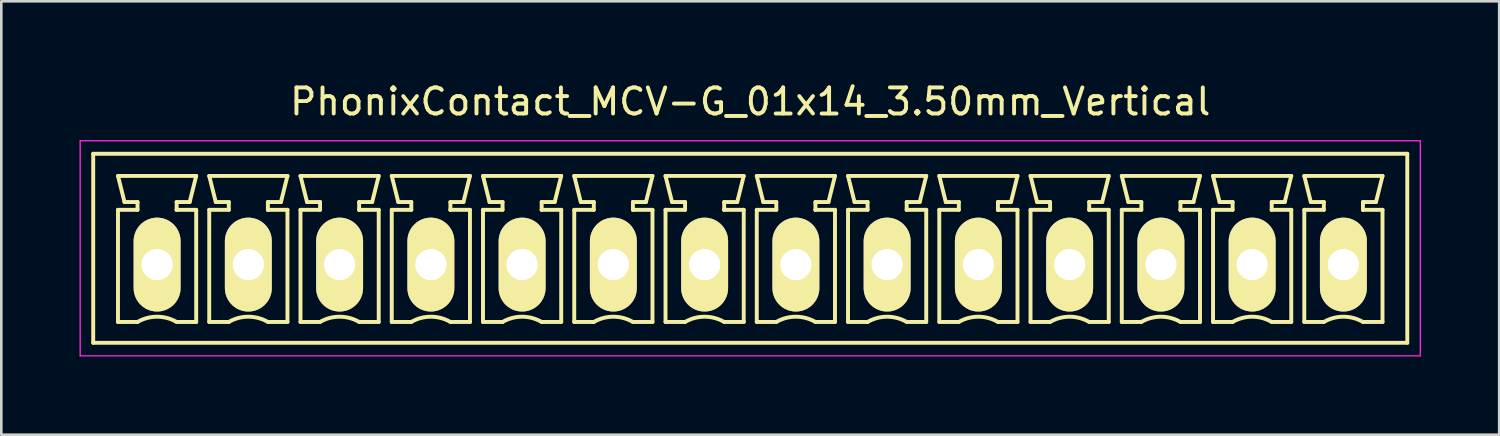
<source format=kicad_pcb>
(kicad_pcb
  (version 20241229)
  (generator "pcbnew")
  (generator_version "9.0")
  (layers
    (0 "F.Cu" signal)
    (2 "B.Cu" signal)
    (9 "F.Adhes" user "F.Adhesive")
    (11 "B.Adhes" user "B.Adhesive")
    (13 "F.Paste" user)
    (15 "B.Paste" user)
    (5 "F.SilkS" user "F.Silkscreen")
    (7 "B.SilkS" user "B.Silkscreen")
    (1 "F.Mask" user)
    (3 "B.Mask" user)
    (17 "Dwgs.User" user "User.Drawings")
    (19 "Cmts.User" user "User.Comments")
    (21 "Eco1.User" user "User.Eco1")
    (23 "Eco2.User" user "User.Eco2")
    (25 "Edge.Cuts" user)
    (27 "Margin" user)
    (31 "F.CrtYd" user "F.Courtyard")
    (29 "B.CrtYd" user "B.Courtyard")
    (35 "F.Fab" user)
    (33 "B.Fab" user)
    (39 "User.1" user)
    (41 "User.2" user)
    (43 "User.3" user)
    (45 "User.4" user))
  (footprint "PhonixContact_MCV-G_01x14_3.50mm_Vertical"
    (layer "F.Cu")
    (at 2.975 7.098)
    (property "Reference" "PhonixContact_MCV-G_01x14_3.50mm_Vertical" (at 22.75 -6.25 0) (layer "F.SilkS") (effects (font (size 1 1) (thickness 0.15))))
    (attr through_hole)
    (fp_line (start -2.45 -4.25) (end -2.45 3) (stroke (width 0.15) (type solid)) (layer "F.SilkS"))
    (fp_line (start -2.45 3) (end 47.95 3) (stroke (width 0.15) (type solid)) (layer "F.SilkS"))
    (fp_line (start -1.5 -3.4) (end 1.5 -3.4) (stroke (width 0.15) (type solid)) (layer "F.SilkS"))
    (fp_line (start -1.5 -2.1) (end -0.75 -2.1) (stroke (width 0.15) (type solid)) (layer "F.SilkS"))
    (fp_line (start -1.5 2.2) (end -1.5 -2.1) (stroke (width 0.15) (type solid)) (layer "F.SilkS"))
    (fp_line (start -1.25 -2.4) (end -1.5 -3.4) (stroke (width 0.15) (type solid)) (layer "F.SilkS"))
    (fp_line (start -0.75 -2.4) (end -1.25 -2.4) (stroke (width 0.15) (type solid)) (layer "F.SilkS"))
    (fp_line (start -0.75 -2.1) (end -0.75 -2.4) (stroke (width 0.15) (type solid)) (layer "F.SilkS"))
    (fp_line (start -0.75 2.2) (end -1.5 2.2) (stroke (width 0.15) (type solid)) (layer "F.SilkS"))
    (fp_line (start 0.75 -2.4) (end 0.75 -2.1) (stroke (width 0.15) (type solid)) (layer "F.SilkS"))
    (fp_line (start 0.75 -2.1) (end 0.75 -2.1) (stroke (width 0.15) (type solid)) (layer "F.SilkS"))
    (fp_line (start 0.75 -2.1) (end 1.5 -2.1) (stroke (width 0.15) (type solid)) (layer "F.SilkS"))
    (fp_line (start 1.25 -2.4) (end 0.75 -2.4) (stroke (width 0.15) (type solid)) (layer "F.SilkS"))
    (fp_line (start 1.5 -3.4) (end 1.25 -2.4) (stroke (width 0.15) (type solid)) (layer "F.SilkS"))
    (fp_line (start 1.5 -2.1) (end 1.5 2.2) (stroke (width 0.15) (type solid)) (layer "F.SilkS"))
    (fp_line (start 1.5 2.2) (end 0.75 2.2) (stroke (width 0.15) (type solid)) (layer "F.SilkS"))
    (fp_line (start 2 -3.4) (end 5 -3.4) (stroke (width 0.15) (type solid)) (layer "F.SilkS"))
    (fp_line (start 2 -2.1) (end 2.75 -2.1) (stroke (width 0.15) (type solid)) (layer "F.SilkS"))
    (fp_line (start 2 2.2) (end 2 -2.1) (stroke (width 0.15) (type solid)) (layer "F.SilkS"))
    (fp_line (start 2.25 -2.4) (end 2 -3.4) (stroke (width 0.15) (type solid)) (layer "F.SilkS"))
    (fp_line (start 2.75 -2.4) (end 2.25 -2.4) (stroke (width 0.15) (type solid)) (layer "F.SilkS"))
    (fp_line (start 2.75 -2.1) (end 2.75 -2.4) (stroke (width 0.15) (type solid)) (layer "F.SilkS"))
    (fp_line (start 2.75 2.2) (end 2 2.2) (stroke (width 0.15) (type solid)) (layer "F.SilkS"))
    (fp_line (start 4.25 -2.4) (end 4.25 -2.1) (stroke (width 0.15) (type solid)) (layer "F.SilkS"))
    (fp_line (start 4.25 -2.1) (end 4.25 -2.1) (stroke (width 0.15) (type solid)) (layer "F.SilkS"))
    (fp_line (start 4.25 -2.1) (end 5 -2.1) (stroke (width 0.15) (type solid)) (layer "F.SilkS"))
    (fp_line (start 4.75 -2.4) (end 4.25 -2.4) (stroke (width 0.15) (type solid)) (layer "F.SilkS"))
    (fp_line (start 5 -3.4) (end 4.75 -2.4) (stroke (width 0.15) (type solid)) (layer "F.SilkS"))
    (fp_line (start 5 -2.1) (end 5 2.2) (stroke (width 0.15) (type solid)) (layer "F.SilkS"))
    (fp_line (start 5 2.2) (end 4.25 2.2) (stroke (width 0.15) (type solid)) (layer "F.SilkS"))
    (fp_line (start 5.5 -3.4) (end 8.5 -3.4) (stroke (width 0.15) (type solid)) (layer "F.SilkS"))
    (fp_line (start 5.5 -2.1) (end 6.25 -2.1) (stroke (width 0.15) (type solid)) (layer "F.SilkS"))
    (fp_line (start 5.5 2.2) (end 5.5 -2.1) (stroke (width 0.15) (type solid)) (layer "F.SilkS"))
    (fp_line (start 5.75 -2.4) (end 5.5 -3.4) (stroke (width 0.15) (type solid)) (layer "F.SilkS"))
    (fp_line (start 6.25 -2.4) (end 5.75 -2.4) (stroke (width 0.15) (type solid)) (layer "F.SilkS"))
    (fp_line (start 6.25 -2.1) (end 6.25 -2.4) (stroke (width 0.15) (type solid)) (layer "F.SilkS"))
    (fp_line (start 6.25 2.2) (end 5.5 2.2) (stroke (width 0.15) (type solid)) (layer "F.SilkS"))
    (fp_line (start 7.75 -2.4) (end 7.75 -2.1) (stroke (width 0.15) (type solid)) (layer "F.SilkS"))
    (fp_line (start 7.75 -2.1) (end 7.75 -2.1) (stroke (width 0.15) (type solid)) (layer "F.SilkS"))
    (fp_line (start 7.75 -2.1) (end 8.5 -2.1) (stroke (width 0.15) (type solid)) (layer "F.SilkS"))
    (fp_line (start 8.25 -2.4) (end 7.75 -2.4) (stroke (width 0.15) (type solid)) (layer "F.SilkS"))
    (fp_line (start 8.5 -3.4) (end 8.25 -2.4) (stroke (width 0.15) (type solid)) (layer "F.SilkS"))
    (fp_line (start 8.5 -2.1) (end 8.5 2.2) (stroke (width 0.15) (type solid)) (layer "F.SilkS"))
    (fp_line (start 8.5 2.2) (end 7.75 2.2) (stroke (width 0.15) (type solid)) (layer "F.SilkS"))
    (fp_line (start 9 -3.4) (end 12 -3.4) (stroke (width 0.15) (type solid)) (layer "F.SilkS"))
    (fp_line (start 9 -2.1) (end 9.75 -2.1) (stroke (width 0.15) (type solid)) (layer "F.SilkS"))
    (fp_line (start 9 2.2) (end 9 -2.1) (stroke (width 0.15) (type solid)) (layer "F.SilkS"))
    (fp_line (start 9.25 -2.4) (end 9 -3.4) (stroke (width 0.15) (type solid)) (layer "F.SilkS"))
    (fp_line (start 9.75 -2.4) (end 9.25 -2.4) (stroke (width 0.15) (type solid)) (layer "F.SilkS"))
    (fp_line (start 9.75 -2.1) (end 9.75 -2.4) (stroke (width 0.15) (type solid)) (layer "F.SilkS"))
    (fp_line (start 9.75 2.2) (end 9 2.2) (stroke (width 0.15) (type solid)) (layer "F.SilkS"))
    (fp_line (start 11.25 -2.4) (end 11.25 -2.1) (stroke (width 0.15) (type solid)) (layer "F.SilkS"))
    (fp_line (start 11.25 -2.1) (end 11.25 -2.1) (stroke (width 0.15) (type solid)) (layer "F.SilkS"))
    (fp_line (start 11.25 -2.1) (end 12 -2.1) (stroke (width 0.15) (type solid)) (layer "F.SilkS"))
    (fp_line (start 11.75 -2.4) (end 11.25 -2.4) (stroke (width 0.15) (type solid)) (layer "F.SilkS"))
    (fp_line (start 12 -3.4) (end 11.75 -2.4) (stroke (width 0.15) (type solid)) (layer "F.SilkS"))
    (fp_line (start 12 -2.1) (end 12 2.2) (stroke (width 0.15) (type solid)) (layer "F.SilkS"))
    (fp_line (start 12 2.2) (end 11.25 2.2) (stroke (width 0.15) (type solid)) (layer "F.SilkS"))
    (fp_line (start 12.5 -3.4) (end 15.5 -3.4) (stroke (width 0.15) (type solid)) (layer "F.SilkS"))
    (fp_line (start 12.5 -2.1) (end 13.25 -2.1) (stroke (width 0.15) (type solid)) (layer "F.SilkS"))
    (fp_line (start 12.5 2.2) (end 12.5 -2.1) (stroke (width 0.15) (type solid)) (layer "F.SilkS"))
    (fp_line (start 12.75 -2.4) (end 12.5 -3.4) (stroke (width 0.15) (type solid)) (layer "F.SilkS"))
    (fp_line (start 13.25 -2.4) (end 12.75 -2.4) (stroke (width 0.15) (type solid)) (layer "F.SilkS"))
    (fp_line (start 13.25 -2.1) (end 13.25 -2.4) (stroke (width 0.15) (type solid)) (layer "F.SilkS"))
    (fp_line (start 13.25 2.2) (end 12.5 2.2) (stroke (width 0.15) (type solid)) (layer "F.SilkS"))
    (fp_line (start 14.75 -2.4) (end 14.75 -2.1) (stroke (width 0.15) (type solid)) (layer "F.SilkS"))
    (fp_line (start 14.75 -2.1) (end 14.75 -2.1) (stroke (width 0.15) (type solid)) (layer "F.SilkS"))
    (fp_line (start 14.75 -2.1) (end 15.5 -2.1) (stroke (width 0.15) (type solid)) (layer "F.SilkS"))
    (fp_line (start 15.25 -2.4) (end 14.75 -2.4) (stroke (width 0.15) (type solid)) (layer "F.SilkS"))
    (fp_line (start 15.5 -3.4) (end 15.25 -2.4) (stroke (width 0.15) (type solid)) (layer "F.SilkS"))
    (fp_line (start 15.5 -2.1) (end 15.5 2.2) (stroke (width 0.15) (type solid)) (layer "F.SilkS"))
    (fp_line (start 15.5 2.2) (end 14.75 2.2) (stroke (width 0.15) (type solid)) (layer "F.SilkS"))
    (fp_line (start 16 -3.4) (end 19 -3.4) (stroke (width 0.15) (type solid)) (layer "F.SilkS"))
    (fp_line (start 16 -2.1) (end 16.75 -2.1) (stroke (width 0.15) (type solid)) (layer "F.SilkS"))
    (fp_line (start 16 2.2) (end 16 -2.1) (stroke (width 0.15) (type solid)) (layer "F.SilkS"))
    (fp_line (start 16.25 -2.4) (end 16 -3.4) (stroke (width 0.15) (type solid)) (layer "F.SilkS"))
    (fp_line (start 16.75 -2.4) (end 16.25 -2.4) (stroke (width 0.15) (type solid)) (layer "F.SilkS"))
    (fp_line (start 16.75 -2.1) (end 16.75 -2.4) (stroke (width 0.15) (type solid)) (layer "F.SilkS"))
    (fp_line (start 16.75 2.2) (end 16 2.2) (stroke (width 0.15) (type solid)) (layer "F.SilkS"))
    (fp_line (start 18.25 -2.4) (end 18.25 -2.1) (stroke (width 0.15) (type solid)) (layer "F.SilkS"))
    (fp_line (start 18.25 -2.1) (end 18.25 -2.1) (stroke (width 0.15) (type solid)) (layer "F.SilkS"))
    (fp_line (start 18.25 -2.1) (end 19 -2.1) (stroke (width 0.15) (type solid)) (layer "F.SilkS"))
    (fp_line (start 18.75 -2.4) (end 18.25 -2.4) (stroke (width 0.15) (type solid)) (layer "F.SilkS"))
    (fp_line (start 19 -3.4) (end 18.75 -2.4) (stroke (width 0.15) (type solid)) (layer "F.SilkS"))
    (fp_line (start 19 -2.1) (end 19 2.2) (stroke (width 0.15) (type solid)) (layer "F.SilkS"))
    (fp_line (start 19 2.2) (end 18.25 2.2) (stroke (width 0.15) (type solid)) (layer "F.SilkS"))
    (fp_line (start 19.5 -3.4) (end 22.5 -3.4) (stroke (width 0.15) (type solid)) (layer "F.SilkS"))
    (fp_line (start 19.5 -2.1) (end 20.25 -2.1) (stroke (width 0.15) (type solid)) (layer "F.SilkS"))
    (fp_line (start 19.5 2.2) (end 19.5 -2.1) (stroke (width 0.15) (type solid)) (layer "F.SilkS"))
    (fp_line (start 19.75 -2.4) (end 19.5 -3.4) (stroke (width 0.15) (type solid)) (layer "F.SilkS"))
    (fp_line (start 20.25 -2.4) (end 19.75 -2.4) (stroke (width 0.15) (type solid)) (layer "F.SilkS"))
    (fp_line (start 20.25 -2.1) (end 20.25 -2.4) (stroke (width 0.15) (type solid)) (layer "F.SilkS"))
    (fp_line (start 20.25 2.2) (end 19.5 2.2) (stroke (width 0.15) (type solid)) (layer "F.SilkS"))
    (fp_line (start 21.75 -2.4) (end 21.75 -2.1) (stroke (width 0.15) (type solid)) (layer "F.SilkS"))
    (fp_line (start 21.75 -2.1) (end 21.75 -2.1) (stroke (width 0.15) (type solid)) (layer "F.SilkS"))
    (fp_line (start 21.75 -2.1) (end 22.5 -2.1) (stroke (width 0.15) (type solid)) (layer "F.SilkS"))
    (fp_line (start 22.25 -2.4) (end 21.75 -2.4) (stroke (width 0.15) (type solid)) (layer "F.SilkS"))
    (fp_line (start 22.5 -3.4) (end 22.25 -2.4) (stroke (width 0.15) (type solid)) (layer "F.SilkS"))
    (fp_line (start 22.5 -2.1) (end 22.5 2.2) (stroke (width 0.15) (type solid)) (layer "F.SilkS"))
    (fp_line (start 22.5 2.2) (end 21.75 2.2) (stroke (width 0.15) (type solid)) (layer "F.SilkS"))
    (fp_line (start 23 -3.4) (end 26 -3.4) (stroke (width 0.15) (type solid)) (layer "F.SilkS"))
    (fp_line (start 23 -2.1) (end 23.75 -2.1) (stroke (width 0.15) (type solid)) (layer "F.SilkS"))
    (fp_line (start 23 2.2) (end 23 -2.1) (stroke (width 0.15) (type solid)) (layer "F.SilkS"))
    (fp_line (start 23.25 -2.4) (end 23 -3.4) (stroke (width 0.15) (type solid)) (layer "F.SilkS"))
    (fp_line (start 23.75 -2.4) (end 23.25 -2.4) (stroke (width 0.15) (type solid)) (layer "F.SilkS"))
    (fp_line (start 23.75 -2.1) (end 23.75 -2.4) (stroke (width 0.15) (type solid)) (layer "F.SilkS"))
    (fp_line (start 23.75 2.2) (end 23 2.2) (stroke (width 0.15) (type solid)) (layer "F.SilkS"))
    (fp_line (start 25.25 -2.4) (end 25.25 -2.1) (stroke (width 0.15) (type solid)) (layer "F.SilkS"))
    (fp_line (start 25.25 -2.1) (end 25.25 -2.1) (stroke (width 0.15) (type solid)) (layer "F.SilkS"))
    (fp_line (start 25.25 -2.1) (end 26 -2.1) (stroke (width 0.15) (type solid)) (layer "F.SilkS"))
    (fp_line (start 25.75 -2.4) (end 25.25 -2.4) (stroke (width 0.15) (type solid)) (layer "F.SilkS"))
    (fp_line (start 26 -3.4) (end 25.75 -2.4) (stroke (width 0.15) (type solid)) (layer "F.SilkS"))
    (fp_line (start 26 -2.1) (end 26 2.2) (stroke (width 0.15) (type solid)) (layer "F.SilkS"))
    (fp_line (start 26 2.2) (end 25.25 2.2) (stroke (width 0.15) (type solid)) (layer "F.SilkS"))
    (fp_line (start 26.5 -3.4) (end 29.5 -3.4) (stroke (width 0.15) (type solid)) (layer "F.SilkS"))
    (fp_line (start 26.5 -2.1) (end 27.25 -2.1) (stroke (width 0.15) (type solid)) (layer "F.SilkS"))
    (fp_line (start 26.5 2.2) (end 26.5 -2.1) (stroke (width 0.15) (type solid)) (layer "F.SilkS"))
    (fp_line (start 26.75 -2.4) (end 26.5 -3.4) (stroke (width 0.15) (type solid)) (layer "F.SilkS"))
    (fp_line (start 27.25 -2.4) (end 26.75 -2.4) (stroke (width 0.15) (type solid)) (layer "F.SilkS"))
    (fp_line (start 27.25 -2.1) (end 27.25 -2.4) (stroke (width 0.15) (type solid)) (layer "F.SilkS"))
    (fp_line (start 27.25 2.2) (end 26.5 2.2) (stroke (width 0.15) (type solid)) (layer "F.SilkS"))
    (fp_line (start 28.75 -2.4) (end 28.75 -2.1) (stroke (width 0.15) (type solid)) (layer "F.SilkS"))
    (fp_line (start 28.75 -2.1) (end 28.75 -2.1) (stroke (width 0.15) (type solid)) (layer "F.SilkS"))
    (fp_line (start 28.75 -2.1) (end 29.5 -2.1) (stroke (width 0.15) (type solid)) (layer "F.SilkS"))
    (fp_line (start 29.25 -2.4) (end 28.75 -2.4) (stroke (width 0.15) (type solid)) (layer "F.SilkS"))
    (fp_line (start 29.5 -3.4) (end 29.25 -2.4) (stroke (width 0.15) (type solid)) (layer "F.SilkS"))
    (fp_line (start 29.5 -2.1) (end 29.5 2.2) (stroke (width 0.15) (type solid)) (layer "F.SilkS"))
    (fp_line (start 29.5 2.2) (end 28.75 2.2) (stroke (width 0.15) (type solid)) (layer "F.SilkS"))
    (fp_line (start 30 -3.4) (end 33 -3.4) (stroke (width 0.15) (type solid)) (layer "F.SilkS"))
    (fp_line (start 30 -2.1) (end 30.75 -2.1) (stroke (width 0.15) (type solid)) (layer "F.SilkS"))
    (fp_line (start 30 2.2) (end 30 -2.1) (stroke (width 0.15) (type solid)) (layer "F.SilkS"))
    (fp_line (start 30.25 -2.4) (end 30 -3.4) (stroke (width 0.15) (type solid)) (layer "F.SilkS"))
    (fp_line (start 30.75 -2.4) (end 30.25 -2.4) (stroke (width 0.15) (type solid)) (layer "F.SilkS"))
    (fp_line (start 30.75 -2.1) (end 30.75 -2.4) (stroke (width 0.15) (type solid)) (layer "F.SilkS"))
    (fp_line (start 30.75 2.2) (end 30 2.2) (stroke (width 0.15) (type solid)) (layer "F.SilkS"))
    (fp_line (start 32.25 -2.4) (end 32.25 -2.1) (stroke (width 0.15) (type solid)) (layer "F.SilkS"))
    (fp_line (start 32.25 -2.1) (end 32.25 -2.1) (stroke (width 0.15) (type solid)) (layer "F.SilkS"))
    (fp_line (start 32.25 -2.1) (end 33 -2.1) (stroke (width 0.15) (type solid)) (layer "F.SilkS"))
    (fp_line (start 32.75 -2.4) (end 32.25 -2.4) (stroke (width 0.15) (type solid)) (layer "F.SilkS"))
    (fp_line (start 33 -3.4) (end 32.75 -2.4) (stroke (width 0.15) (type solid)) (layer "F.SilkS"))
    (fp_line (start 33 -2.1) (end 33 2.2) (stroke (width 0.15) (type solid)) (layer "F.SilkS"))
    (fp_line (start 33 2.2) (end 32.25 2.2) (stroke (width 0.15) (type solid)) (layer "F.SilkS"))
    (fp_line (start 33.5 -3.4) (end 36.5 -3.4) (stroke (width 0.15) (type solid)) (layer "F.SilkS"))
    (fp_line (start 33.5 -2.1) (end 34.25 -2.1) (stroke (width 0.15) (type solid)) (layer "F.SilkS"))
    (fp_line (start 33.5 2.2) (end 33.5 -2.1) (stroke (width 0.15) (type solid)) (layer "F.SilkS"))
    (fp_line (start 33.75 -2.4) (end 33.5 -3.4) (stroke (width 0.15) (type solid)) (layer "F.SilkS"))
    (fp_line (start 34.25 -2.4) (end 33.75 -2.4) (stroke (width 0.15) (type solid)) (layer "F.SilkS"))
    (fp_line (start 34.25 -2.1) (end 34.25 -2.4) (stroke (width 0.15) (type solid)) (layer "F.SilkS"))
    (fp_line (start 34.25 2.2) (end 33.5 2.2) (stroke (width 0.15) (type solid)) (layer "F.SilkS"))
    (fp_line (start 35.75 -2.4) (end 35.75 -2.1) (stroke (width 0.15) (type solid)) (layer "F.SilkS"))
    (fp_line (start 35.75 -2.1) (end 35.75 -2.1) (stroke (width 0.15) (type solid)) (layer "F.SilkS"))
    (fp_line (start 35.75 -2.1) (end 36.5 -2.1) (stroke (width 0.15) (type solid)) (layer "F.SilkS"))
    (fp_line (start 36.25 -2.4) (end 35.75 -2.4) (stroke (width 0.15) (type solid)) (layer "F.SilkS"))
    (fp_line (start 36.5 -3.4) (end 36.25 -2.4) (stroke (width 0.15) (type solid)) (layer "F.SilkS"))
    (fp_line (start 36.5 -2.1) (end 36.5 2.2) (stroke (width 0.15) (type solid)) (layer "F.SilkS"))
    (fp_line (start 36.5 2.2) (end 35.75 2.2) (stroke (width 0.15) (type solid)) (layer "F.SilkS"))
    (fp_line (start 37 -3.4) (end 40 -3.4) (stroke (width 0.15) (type solid)) (layer "F.SilkS"))
    (fp_line (start 37 -2.1) (end 37.75 -2.1) (stroke (width 0.15) (type solid)) (layer "F.SilkS"))
    (fp_line (start 37 2.2) (end 37 -2.1) (stroke (width 0.15) (type solid)) (layer "F.SilkS"))
    (fp_line (start 37.25 -2.4) (end 37 -3.4) (stroke (width 0.15) (type solid)) (layer "F.SilkS"))
    (fp_line (start 37.75 -2.4) (end 37.25 -2.4) (stroke (width 0.15) (type solid)) (layer "F.SilkS"))
    (fp_line (start 37.75 -2.1) (end 37.75 -2.4) (stroke (width 0.15) (type solid)) (layer "F.SilkS"))
    (fp_line (start 37.75 2.2) (end 37 2.2) (stroke (width 0.15) (type solid)) (layer "F.SilkS"))
    (fp_line (start 39.25 -2.4) (end 39.25 -2.1) (stroke (width 0.15) (type solid)) (layer "F.SilkS"))
    (fp_line (start 39.25 -2.1) (end 39.25 -2.1) (stroke (width 0.15) (type solid)) (layer "F.SilkS"))
    (fp_line (start 39.25 -2.1) (end 40 -2.1) (stroke (width 0.15) (type solid)) (layer "F.SilkS"))
    (fp_line (start 39.75 -2.4) (end 39.25 -2.4) (stroke (width 0.15) (type solid)) (layer "F.SilkS"))
    (fp_line (start 40 -3.4) (end 39.75 -2.4) (stroke (width 0.15) (type solid)) (layer "F.SilkS"))
    (fp_line (start 40 -2.1) (end 40 2.2) (stroke (width 0.15) (type solid)) (layer "F.SilkS"))
    (fp_line (start 40 2.2) (end 39.25 2.2) (stroke (width 0.15) (type solid)) (layer "F.SilkS"))
    (fp_line (start 40.5 -3.4) (end 43.5 -3.4) (stroke (width 0.15) (type solid)) (layer "F.SilkS"))
    (fp_line (start 40.5 -2.1) (end 41.25 -2.1) (stroke (width 0.15) (type solid)) (layer "F.SilkS"))
    (fp_line (start 40.5 2.2) (end 40.5 -2.1) (stroke (width 0.15) (type solid)) (layer "F.SilkS"))
    (fp_line (start 40.75 -2.4) (end 40.5 -3.4) (stroke (width 0.15) (type solid)) (layer "F.SilkS"))
    (fp_line (start 41.25 -2.4) (end 40.75 -2.4) (stroke (width 0.15) (type solid)) (layer "F.SilkS"))
    (fp_line (start 41.25 -2.1) (end 41.25 -2.4) (stroke (width 0.15) (type solid)) (layer "F.SilkS"))
    (fp_line (start 41.25 2.2) (end 40.5 2.2) (stroke (width 0.15) (type solid)) (layer "F.SilkS"))
    (fp_line (start 42.75 -2.4) (end 42.75 -2.1) (stroke (width 0.15) (type solid)) (layer "F.SilkS"))
    (fp_line (start 42.75 -2.1) (end 42.75 -2.1) (stroke (width 0.15) (type solid)) (layer "F.SilkS"))
    (fp_line (start 42.75 -2.1) (end 43.5 -2.1) (stroke (width 0.15) (type solid)) (layer "F.SilkS"))
    (fp_line (start 43.25 -2.4) (end 42.75 -2.4) (stroke (width 0.15) (type solid)) (layer "F.SilkS"))
    (fp_line (start 43.5 -3.4) (end 43.25 -2.4) (stroke (width 0.15) (type solid)) (layer "F.SilkS"))
    (fp_line (start 43.5 -2.1) (end 43.5 2.2) (stroke (width 0.15) (type solid)) (layer "F.SilkS"))
    (fp_line (start 43.5 2.2) (end 42.75 2.2) (stroke (width 0.15) (type solid)) (layer "F.SilkS"))
    (fp_line (start 44 -3.4) (end 47 -3.4) (stroke (width 0.15) (type solid)) (layer "F.SilkS"))
    (fp_line (start 44 -2.1) (end 44.75 -2.1) (stroke (width 0.15) (type solid)) (layer "F.SilkS"))
    (fp_line (start 44 2.2) (end 44 -2.1) (stroke (width 0.15) (type solid)) (layer "F.SilkS"))
    (fp_line (start 44.25 -2.4) (end 44 -3.4) (stroke (width 0.15) (type solid)) (layer "F.SilkS"))
    (fp_line (start 44.75 -2.4) (end 44.25 -2.4) (stroke (width 0.15) (type solid)) (layer "F.SilkS"))
    (fp_line (start 44.75 -2.1) (end 44.75 -2.4) (stroke (width 0.15) (type solid)) (layer "F.SilkS"))
    (fp_line (start 44.75 2.2) (end 44 2.2) (stroke (width 0.15) (type solid)) (layer "F.SilkS"))
    (fp_line (start 46.25 -2.4) (end 46.25 -2.1) (stroke (width 0.15) (type solid)) (layer "F.SilkS"))
    (fp_line (start 46.25 -2.1) (end 46.25 -2.1) (stroke (width 0.15) (type solid)) (layer "F.SilkS"))
    (fp_line (start 46.25 -2.1) (end 47 -2.1) (stroke (width 0.15) (type solid)) (layer "F.SilkS"))
    (fp_line (start 46.75 -2.4) (end 46.25 -2.4) (stroke (width 0.15) (type solid)) (layer "F.SilkS"))
    (fp_line (start 47 -3.4) (end 46.75 -2.4) (stroke (width 0.15) (type solid)) (layer "F.SilkS"))
    (fp_line (start 47 -2.1) (end 47 2.2) (stroke (width 0.15) (type solid)) (layer "F.SilkS"))
    (fp_line (start 47 2.2) (end 46.25 2.2) (stroke (width 0.15) (type solid)) (layer "F.SilkS"))
    (fp_line (start 47.95 -4.25) (end -2.45 -4.25) (stroke (width 0.15) (type solid)) (layer "F.SilkS"))
    (fp_line (start 47.95 3) (end 47.95 -4.25) (stroke (width 0.15) (type solid)) (layer "F.SilkS"))
    (fp_arc (start -0.75 2.2) (mid -0.006068 1.999179) (end 0.739464 2.193978) (stroke (width 0.15) (type solid)) (layer "F.SilkS"))
    (fp_arc (start 2.75 2.2) (mid 3.493932 1.999179) (end 4.239464 2.193978) (stroke (width 0.15) (type solid)) (layer "F.SilkS"))
    (fp_arc (start 6.25 2.2) (mid 6.993932 1.999179) (end 7.739464 2.193978) (stroke (width 0.15) (type solid)) (layer "F.SilkS"))
    (fp_arc (start 9.75 2.2) (mid 10.493932 1.999179) (end 11.239464 2.193978) (stroke (width 0.15) (type solid)) (layer "F.SilkS"))
    (fp_arc (start 13.25 2.2) (mid 13.993932 1.999179) (end 14.739464 2.193978) (stroke (width 0.15) (type solid)) (layer "F.SilkS"))
    (fp_arc (start 16.75 2.2) (mid 17.493932 1.999179) (end 18.239464 2.193978) (stroke (width 0.15) (type solid)) (layer "F.SilkS"))
    (fp_arc (start 20.25 2.2) (mid 20.993932 1.999179) (end 21.739464 2.193978) (stroke (width 0.15) (type solid)) (layer "F.SilkS"))
    (fp_arc (start 23.75 2.2) (mid 24.493932 1.999179) (end 25.239464 2.193978) (stroke (width 0.15) (type solid)) (layer "F.SilkS"))
    (fp_arc (start 27.25 2.2) (mid 27.993932 1.999179) (end 28.739464 2.193978) (stroke (width 0.15) (type solid)) (layer "F.SilkS"))
    (fp_arc (start 30.75 2.2) (mid 31.493932 1.999179) (end 32.239464 2.193978) (stroke (width 0.15) (type solid)) (layer "F.SilkS"))
    (fp_arc (start 34.25 2.2) (mid 34.993932 1.999179) (end 35.739464 2.193978) (stroke (width 0.15) (type solid)) (layer "F.SilkS"))
    (fp_arc (start 37.75 2.2) (mid 38.493932 1.999179) (end 39.239464 2.193978) (stroke (width 0.15) (type solid)) (layer "F.SilkS"))
    (fp_arc (start 41.25 2.2) (mid 41.993932 1.999179) (end 42.739464 2.193978) (stroke (width 0.15) (type solid)) (layer "F.SilkS"))
    (fp_arc (start 44.75 2.2) (mid 45.493932 1.999179) (end 46.239464 2.193978) (stroke (width 0.15) (type solid)) (layer "F.SilkS"))
    (fp_line (start -2.95 -4.75) (end -2.95 3.5) (stroke (width 0.05) (type solid)) (layer "F.CrtYd"))
    (fp_line (start -2.95 3.5) (end 48.45 3.5) (stroke (width 0.05) (type solid)) (layer "F.CrtYd"))
    (fp_line (start 48.45 -4.75) (end -2.95 -4.75) (stroke (width 0.05) (type solid)) (layer "F.CrtYd"))
    (fp_line (start 48.45 3.5) (end 48.45 -4.75) (stroke (width 0.05) (type solid)) (layer "F.CrtYd"))
    (pad "1" thru_hole oval (at 0 0) (size 1.8 3.6) (drill 1.2) (layers "*.Cu" "*.Mask" "F.SilkS"))
    (pad "2" thru_hole oval (at 3.5 0) (size 1.8 3.6) (drill 1.2) (layers "*.Cu" "*.Mask" "F.SilkS"))
    (pad "3" thru_hole oval (at 7 0) (size 1.8 3.6) (drill 1.2) (layers "*.Cu" "*.Mask" "F.SilkS"))
    (pad "4" thru_hole oval (at 10.5 0) (size 1.8 3.6) (drill 1.2) (layers "*.Cu" "*.Mask" "F.SilkS"))
    (pad "5" thru_hole oval (at 14 0) (size 1.8 3.6) (drill 1.2) (layers "*.Cu" "*.Mask" "F.SilkS"))
    (pad "6" thru_hole oval (at 17.5 0) (size 1.8 3.6) (drill 1.2) (layers "*.Cu" "*.Mask" "F.SilkS"))
    (pad "7" thru_hole oval (at 21 0) (size 1.8 3.6) (drill 1.2) (layers "*.Cu" "*.Mask" "F.SilkS"))
    (pad "8" thru_hole oval (at 24.5 0) (size 1.8 3.6) (drill 1.2) (layers "*.Cu" "*.Mask" "F.SilkS"))
    (pad "9" thru_hole oval (at 28 0) (size 1.8 3.6) (drill 1.2) (layers "*.Cu" "*.Mask" "F.SilkS"))
    (pad "10" thru_hole oval (at 31.5 0) (size 1.8 3.6) (drill 1.2) (layers "*.Cu" "*.Mask" "F.SilkS"))
    (pad "11" thru_hole oval (at 35 0) (size 1.8 3.6) (drill 1.2) (layers "*.Cu" "*.Mask" "F.SilkS"))
    (pad "12" thru_hole oval (at 38.5 0) (size 1.8 3.6) (drill 1.2) (layers "*.Cu" "*.Mask" "F.SilkS"))
    (pad "13" thru_hole oval (at 42 0) (size 1.8 3.6) (drill 1.2) (layers "*.Cu" "*.Mask" "F.SilkS"))
    (pad "14" thru_hole oval (at 45.5 0) (size 1.8 3.6) (drill 1.2) (layers "*.Cu" "*.Mask" "F.SilkS")))
  (gr_rect
    (start -3 -3)
    (end 54.45 13.623)
    (stroke (width 0.1) (type default))
    (fill no)
    (layer "Edge.Cuts")))
</source>
